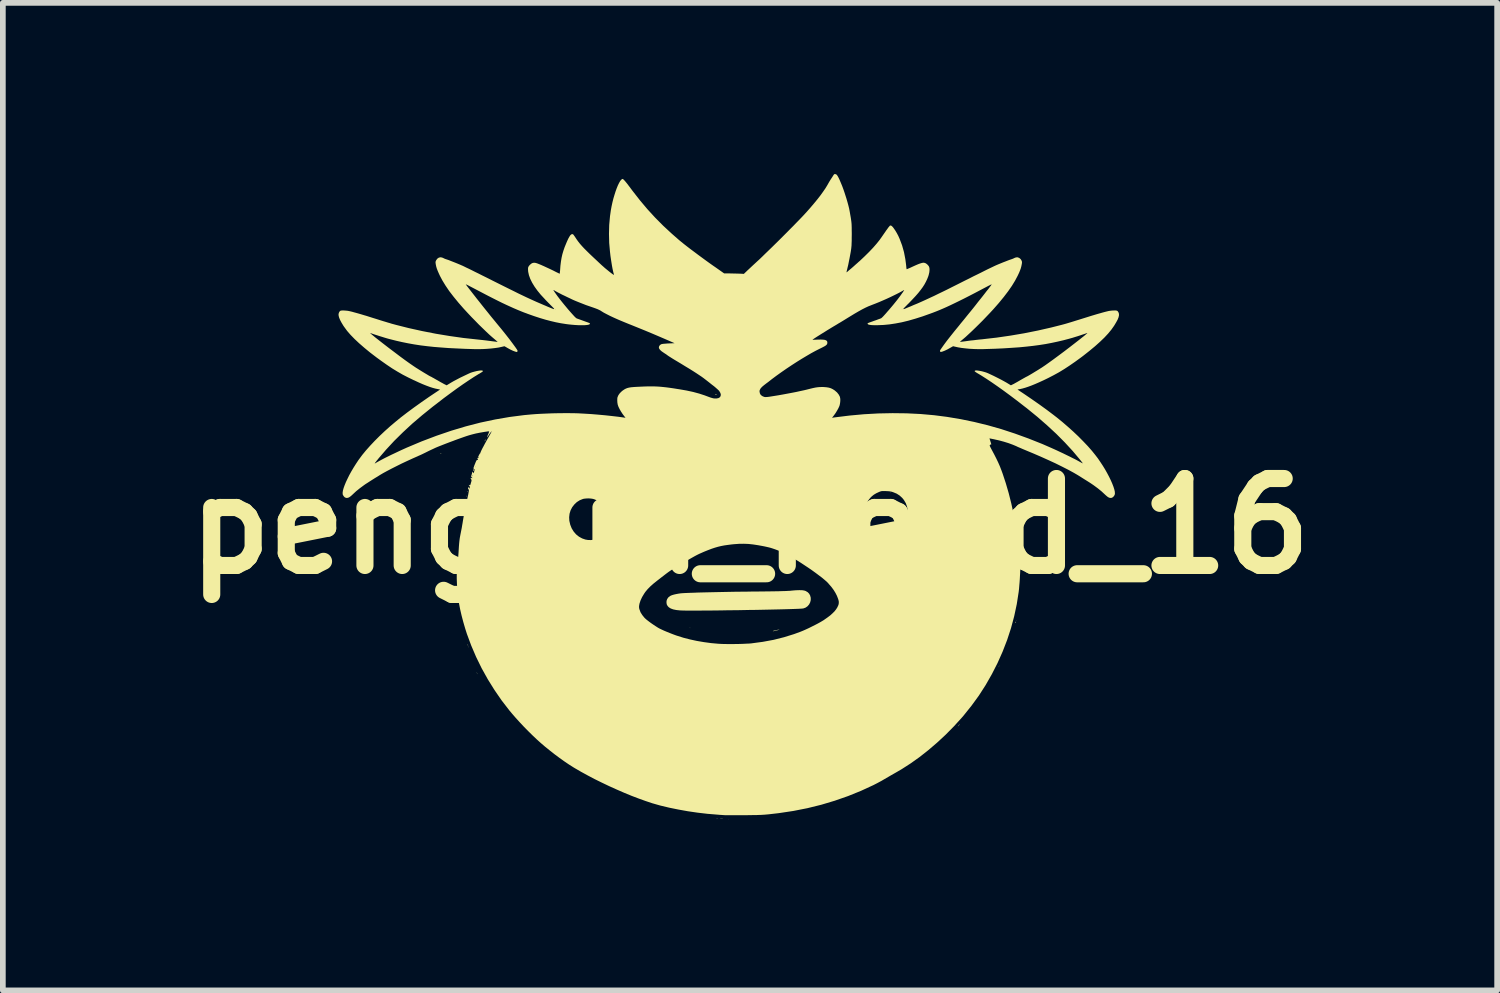
<source format=kicad_pcb>
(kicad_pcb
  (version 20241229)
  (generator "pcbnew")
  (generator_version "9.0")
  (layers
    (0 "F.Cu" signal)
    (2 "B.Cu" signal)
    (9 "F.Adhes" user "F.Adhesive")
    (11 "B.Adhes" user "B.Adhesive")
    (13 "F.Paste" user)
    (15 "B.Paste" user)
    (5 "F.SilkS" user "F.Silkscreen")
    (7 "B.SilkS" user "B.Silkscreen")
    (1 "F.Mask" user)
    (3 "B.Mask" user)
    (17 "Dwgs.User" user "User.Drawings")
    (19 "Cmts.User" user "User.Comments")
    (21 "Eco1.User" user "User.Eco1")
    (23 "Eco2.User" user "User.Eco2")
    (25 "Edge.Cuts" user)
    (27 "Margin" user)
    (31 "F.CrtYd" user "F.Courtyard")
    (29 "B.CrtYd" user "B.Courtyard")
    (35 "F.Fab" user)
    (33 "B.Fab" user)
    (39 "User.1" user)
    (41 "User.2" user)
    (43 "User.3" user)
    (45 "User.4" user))
  (footprint "penguin_head_16"
    (layer "F.Cu")
    (at 10.095 6.171)
    (property "Reference" "penguin_head_16" (at 0 0 0) (layer "F.SilkS") (effects (font (size 1.524 1.524) (thickness 0.3))))
    (attr board_only exclude_from_pos_files exclude_from_bom)
    (fp_poly (pts (xy -4.933 2.103) (xy -4.936 2.106) (xy -4.94 2.103) (xy -4.936 2.1)) (stroke (width 0) (type solid)) (fill yes) (layer "F.SilkS"))
    (fp_poly (pts (xy -4.792 2.559) (xy -4.795 2.562) (xy -4.798 2.559) (xy -4.795 2.556)) (stroke (width 0) (type solid)) (fill yes) (layer "F.SilkS"))
    (fp_poly (pts (xy -4.773 2.59) (xy -4.776 2.593) (xy -4.779 2.59) (xy -4.776 2.587)) (stroke (width 0) (type solid)) (fill yes) (layer "F.SilkS"))
    (fp_poly (pts (xy -4.65 -1.481) (xy -4.653 -1.478) (xy -4.656 -1.481) (xy -4.653 -1.484)) (stroke (width 0) (type solid)) (fill yes) (layer "F.SilkS"))
    (fp_poly (pts (xy -0.591 5.121) (xy -0.594 5.124) (xy -0.597 5.121) (xy -0.594 5.118)) (stroke (width 0) (type solid)) (fill yes) (layer "F.SilkS"))
    (fp_poly (pts (xy -0.376 5.134) (xy -0.379 5.137) (xy -0.382 5.134) (xy -0.379 5.131)) (stroke (width 0) (type solid)) (fill yes) (layer "F.SilkS"))
    (fp_poly (pts (xy 4.361 2.467) (xy 4.358 2.47) (xy 4.354 2.467) (xy 4.358 2.464)) (stroke (width 0) (type solid)) (fill yes) (layer "F.SilkS"))
    (fp_poly (pts (xy 4.367 2.454) (xy 4.364 2.457) (xy 4.361 2.454) (xy 4.364 2.451)) (stroke (width 0) (type solid)) (fill yes) (layer "F.SilkS"))
    (fp_poly (pts (xy 4.373 2.442) (xy 4.37 2.445) (xy 4.367 2.442) (xy 4.37 2.439)) (stroke (width 0) (type solid)) (fill yes) (layer "F.SilkS"))
    (fp_poly (pts (xy 4.662 1.666) (xy 4.659 1.669) (xy 4.656 1.666) (xy 4.659 1.663)) (stroke (width 0) (type solid)) (fill yes) (layer "F.SilkS"))
    (fp_poly (pts (xy 4.669 1.654) (xy 4.665 1.657) (xy 4.662 1.654) (xy 4.665 1.651)) (stroke (width 0) (type solid)) (fill yes) (layer "F.SilkS"))
    (fp_poly (pts (xy -4.929 2.115) (xy -4.929 2.122) (xy -4.929 2.123) (xy -4.933 2.122) (xy -4.933 2.119) (xy -4.931 2.114)) (stroke (width 0) (type solid)) (fill yes) (layer "F.SilkS"))
    (fp_poly (pts (xy -2.54 0.027) (xy -2.539 0.034) (xy -2.54 0.035) (xy -2.543 0.034) (xy -2.544 0.031) (xy -2.541 0.026)) (stroke (width 0) (type solid)) (fill yes) (layer "F.SilkS"))
    (fp_poly (pts (xy -1.049 1.782) (xy -1.05 1.786) (xy -1.053 1.786) (xy -1.058 1.784) (xy -1.057 1.782) (xy -1.05 1.781)) (stroke (width 0) (type solid)) (fill yes) (layer "F.SilkS"))
    (fp_poly (pts (xy -0.568 5.121) (xy -0.57 5.123) (xy -0.576 5.124) (xy -0.583 5.122) (xy -0.58 5.12) (xy -0.57 5.119)) (stroke (width 0) (type solid)) (fill yes) (layer "F.SilkS"))
    (fp_poly (pts (xy 2.468 -0.589) (xy 2.467 -0.586) (xy 2.464 -0.585) (xy 2.459 -0.587) (xy 2.46 -0.589) (xy 2.467 -0.59)) (stroke (width 0) (type solid)) (fill yes) (layer "F.SilkS"))
    (fp_poly (pts (xy -4.964 -0.531) (xy -4.962 -0.527) (xy -4.961 -0.518) (xy -4.965 -0.52) (xy -4.968 -0.524) (xy -4.969 -0.532) (xy -4.969 -0.533)) (stroke (width 0) (type solid)) (fill yes) (layer "F.SilkS"))
    (fp_poly (pts (xy -4.945 2.078) (xy -4.941 2.088) (xy -4.941 2.092) (xy -4.946 2.09) (xy -4.948 2.085) (xy -4.952 2.073) (xy -4.95 2.071)) (stroke (width 0) (type solid)) (fill yes) (layer "F.SilkS"))
    (fp_poly (pts (xy -4.787 2.571) (xy -4.78 2.577) (xy -4.781 2.581) (xy -4.782 2.581) (xy -4.787 2.576) (xy -4.789 2.574) (xy -4.79 2.569)) (stroke (width 0) (type solid)) (fill yes) (layer "F.SilkS"))
    (fp_poly (pts (xy -5.41 -1.278) (xy -5.414 -1.275) (xy -5.425 -1.27) (xy -5.429 -1.269) (xy -5.43 -1.271) (xy -5.426 -1.275) (xy -5.415 -1.28) (xy -5.411 -1.281)) (stroke (width 0) (type solid)) (fill yes) (layer "F.SilkS"))
    (fp_poly (pts (xy -4.946 -0.611) (xy -4.946 -0.61) (xy -4.95 -0.604) (xy -4.952 -0.604) (xy -4.956 -0.607) (xy -4.955 -0.61) (xy -4.949 -0.616) (xy -4.948 -0.616)) (stroke (width 0) (type solid)) (fill yes) (layer "F.SilkS"))
    (fp_poly (pts (xy -4.632 -1.518) (xy -4.635 -1.509) (xy -4.641 -1.5) (xy -4.648 -1.493) (xy -4.65 -1.494) (xy -4.647 -1.504) (xy -4.641 -1.512) (xy -4.634 -1.519)) (stroke (width 0) (type solid)) (fill yes) (layer "F.SilkS"))
    (fp_poly (pts (xy 4.662 1.68) (xy 4.662 1.684) (xy 4.659 1.693) (xy 4.656 1.694) (xy 4.65 1.689) (xy 4.65 1.688) (xy 4.655 1.68) (xy 4.656 1.678)) (stroke (width 0) (type solid)) (fill yes) (layer "F.SilkS"))
    (fp_poly (pts (xy -4.843 -0.991) (xy -4.836 -0.982) (xy -4.835 -0.979) (xy -4.84 -0.974) (xy -4.849 -0.974) (xy -4.855 -0.977) (xy -4.856 -0.985) (xy -4.855 -0.989) (xy -4.85 -0.995)) (stroke (width 0) (type solid)) (fill yes) (layer "F.SilkS"))
    (fp_poly (pts (xy -2.655 0.029) (xy -2.655 0.029) (xy -2.658 0.038) (xy -2.668 0.051) (xy -2.671 0.054) (xy -2.686 0.071) (xy -2.673 0.049) (xy -2.662 0.033) (xy -2.657 0.026) (xy -2.655 0.025)) (stroke (width 0) (type solid)) (fill yes) (layer "F.SilkS"))
    (fp_poly (pts (xy -0.588 -2.311) (xy -0.582 -2.309) (xy -0.584 -2.305) (xy -0.596 -2.304) (xy -0.597 -2.303) (xy -0.61 -2.304) (xy -0.616 -2.306) (xy -0.616 -2.306) (xy -0.611 -2.309) (xy -0.599 -2.311)) (stroke (width 0) (type solid)) (fill yes) (layer "F.SilkS"))
    (fp_poly (pts (xy -0.479 5.126) (xy -0.476 5.126) (xy -0.471 5.127) (xy -0.477 5.128) (xy -0.492 5.128) (xy -0.502 5.128) (xy -0.521 5.128) (xy -0.531 5.127) (xy -0.529 5.127) (xy -0.525 5.126) (xy -0.502 5.125)) (stroke (width 0) (type solid)) (fill yes) (layer "F.SilkS"))
    (fp_poly (pts (xy 3.673 3.475) (xy 3.672 3.477) (xy 3.663 3.49) (xy 3.651 3.501) (xy 3.643 3.509) (xy 3.642 3.509) (xy 3.648 3.5) (xy 3.652 3.495) (xy 3.666 3.479) (xy 3.674 3.47) (xy 3.675 3.47)) (stroke (width 0) (type solid)) (fill yes) (layer "F.SilkS"))
    (fp_poly (pts (xy -5.351 1.083) (xy -5.347 1.094) (xy -5.342 1.114) (xy -5.337 1.141) (xy -5.331 1.169) (xy -5.329 1.186) (xy -5.329 1.191) (xy -5.333 1.184) (xy -5.338 1.166) (xy -5.345 1.139) (xy -5.351 1.114) (xy -5.355 1.094) (xy -5.356 1.082) (xy -5.356 1.079) (xy -5.353 1.079)) (stroke (width 0) (type solid)) (fill yes) (layer "F.SilkS"))
    (fp_poly (pts (xy 0.515 1.813) (xy 0.511 1.815) (xy 0.497 1.82) (xy 0.476 1.826) (xy 0.465 1.828) (xy 0.436 1.836) (xy 0.417 1.84) (xy 0.406 1.841) (xy 0.401 1.84) (xy 0.4 1.839) (xy 0.406 1.836) (xy 0.42 1.832) (xy 0.44 1.827) (xy 0.463 1.822) (xy 0.485 1.817) (xy 0.503 1.814) (xy 0.513 1.812)) (stroke (width 0) (type solid)) (fill yes) (layer "F.SilkS"))
    (fp_poly (pts (xy 0.913 1.123) (xy 0.951 1.129) (xy 0.979 1.138) (xy 0.979 1.139) (xy 1.012 1.159) (xy 1.035 1.183) (xy 1.053 1.214) (xy 1.053 1.215) (xy 1.064 1.255) (xy 1.064 1.296) (xy 1.054 1.336) (xy 1.035 1.373) (xy 1.008 1.404) (xy 0.974 1.428) (xy 0.936 1.442) (xy 0.923 1.444) (xy 0.899 1.446) (xy 0.864 1.448) (xy 0.819 1.45) (xy 0.764 1.452) (xy 0.702 1.454) (xy 0.632 1.456) (xy 0.555 1.458) (xy 0.472 1.46) (xy 0.384 1.462) (xy 0.292 1.464) (xy 0.196 1.466) (xy 0.098 1.468) (xy -0.003 1.469) (xy -0.105 1.471) (xy -0.207 1.473) (xy -0.308 1.474) (xy -0.409 1.475) (xy -0.507 1.477) (xy -0.603 1.478) (xy -0.695 1.479) (xy -0.782 1.479) (xy -0.865 1.48) (xy -0.941 1.48) (xy -1.011 1.48) (xy -1.073 1.48) (xy -1.127 1.48) (xy -1.171 1.479) (xy -1.206 1.478) (xy -1.229 1.477) (xy -1.294 1.47) (xy -1.347 1.459) (xy -1.39 1.443) (xy -1.422 1.423) (xy -1.439 1.406) (xy -1.45 1.39) (xy -1.457 1.378) (xy -1.461 1.362) (xy -1.464 1.344) (xy -1.463 1.31) (xy -1.452 1.278) (xy -1.431 1.248) (xy -1.401 1.225) (xy -1.392 1.22) (xy -1.368 1.21) (xy -1.335 1.2) (xy -1.295 1.191) (xy -1.252 1.183) (xy -1.209 1.177) (xy -1.204 1.177) (xy -1.181 1.175) (xy -1.147 1.173) (xy -1.101 1.171) (xy -1.047 1.169) (xy -0.983 1.167) (xy -0.911 1.164) (xy -0.832 1.162) (xy -0.747 1.16) (xy -0.657 1.158) (xy -0.561 1.156) (xy -0.463 1.154) (xy -0.361 1.152) (xy -0.257 1.15) (xy -0.152 1.149) (xy -0.047 1.148) (xy 0.057 1.146) (xy 0.12 1.146) (xy 0.218 1.145) (xy 0.305 1.144) (xy 0.381 1.143) (xy 0.447 1.142) (xy 0.505 1.141) (xy 0.554 1.139) (xy 0.597 1.138) (xy 0.633 1.137) (xy 0.664 1.135) (xy 0.691 1.134) (xy 0.714 1.132) (xy 0.73 1.13) (xy 0.802 1.124) (xy 0.863 1.122)) (stroke (width 0) (type solid)) (fill yes) (layer "F.SilkS"))
    (fp_poly (pts (xy 1.509 -6.166) (xy 1.511 -6.164) (xy 1.523 -6.154) (xy 1.537 -6.133) (xy 1.554 -6.102) (xy 1.572 -6.063) (xy 1.592 -6.016) (xy 1.614 -5.963) (xy 1.636 -5.904) (xy 1.658 -5.84) (xy 1.679 -5.774) (xy 1.688 -5.746) (xy 1.707 -5.681) (xy 1.723 -5.622) (xy 1.737 -5.566) (xy 1.748 -5.508) (xy 1.759 -5.444) (xy 1.766 -5.405) (xy 1.771 -5.371) (xy 1.775 -5.342) (xy 1.778 -5.315) (xy 1.78 -5.289) (xy 1.781 -5.26) (xy 1.782 -5.226) (xy 1.782 -5.186) (xy 1.783 -5.137) (xy 1.783 -5.112) (xy 1.782 -5.05) (xy 1.782 -4.999) (xy 1.78 -4.956) (xy 1.779 -4.92) (xy 1.776 -4.888) (xy 1.773 -4.859) (xy 1.772 -4.853) (xy 1.765 -4.807) (xy 1.755 -4.753) (xy 1.744 -4.694) (xy 1.732 -4.635) (xy 1.721 -4.579) (xy 1.709 -4.53) (xy 1.704 -4.508) (xy 1.698 -4.483) (xy 1.693 -4.463) (xy 1.691 -4.451) (xy 1.69 -4.448) (xy 1.696 -4.451) (xy 1.709 -4.461) (xy 1.728 -4.478) (xy 1.753 -4.499) (xy 1.782 -4.523) (xy 1.814 -4.551) (xy 1.846 -4.58) (xy 1.879 -4.609) (xy 1.911 -4.638) (xy 1.919 -4.644) (xy 2.008 -4.728) (xy 2.088 -4.807) (xy 2.159 -4.882) (xy 2.22 -4.952) (xy 2.272 -5.017) (xy 2.293 -5.047) (xy 2.308 -5.068) (xy 2.328 -5.097) (xy 2.351 -5.13) (xy 2.374 -5.163) (xy 2.383 -5.177) (xy 2.404 -5.205) (xy 2.422 -5.231) (xy 2.438 -5.25) (xy 2.449 -5.263) (xy 2.453 -5.267) (xy 2.467 -5.269) (xy 2.483 -5.261) (xy 2.502 -5.242) (xy 2.518 -5.221) (xy 2.547 -5.179) (xy 2.573 -5.135) (xy 2.598 -5.088) (xy 2.622 -5.034) (xy 2.665 -4.92) (xy 2.698 -4.803) (xy 2.722 -4.679) (xy 2.735 -4.579) (xy 2.738 -4.55) (xy 2.74 -4.527) (xy 2.743 -4.51) (xy 2.744 -4.503) (xy 2.744 -4.503) (xy 2.751 -4.504) (xy 2.765 -4.51) (xy 2.786 -4.519) (xy 2.803 -4.526) (xy 2.861 -4.553) (xy 2.91 -4.575) (xy 2.95 -4.592) (xy 2.983 -4.604) (xy 3.01 -4.612) (xy 3.031 -4.616) (xy 3.049 -4.616) (xy 3.065 -4.612) (xy 3.08 -4.606) (xy 3.093 -4.597) (xy 3.112 -4.581) (xy 3.128 -4.562) (xy 3.134 -4.554) (xy 3.144 -4.526) (xy 3.146 -4.491) (xy 3.142 -4.448) (xy 3.131 -4.401) (xy 3.123 -4.376) (xy 3.104 -4.328) (xy 3.082 -4.282) (xy 3.057 -4.236) (xy 3.027 -4.189) (xy 2.991 -4.14) (xy 2.95 -4.088) (xy 2.901 -4.032) (xy 2.844 -3.971) (xy 2.779 -3.903) (xy 2.766 -3.891) (xy 2.734 -3.858) (xy 2.71 -3.834) (xy 2.694 -3.817) (xy 2.687 -3.807) (xy 2.69 -3.803) (xy 2.702 -3.806) (xy 2.724 -3.814) (xy 2.757 -3.828) (xy 2.8 -3.846) (xy 2.809 -3.849) (xy 2.868 -3.875) (xy 2.927 -3.899) (xy 2.984 -3.924) (xy 3.042 -3.95) (xy 3.101 -3.977) (xy 3.163 -4.006) (xy 3.228 -4.036) (xy 3.297 -4.07) (xy 3.372 -4.106) (xy 3.454 -4.146) (xy 3.543 -4.191) (xy 3.641 -4.24) (xy 3.748 -4.294) (xy 3.772 -4.306) (xy 3.845 -4.342) (xy 3.915 -4.378) (xy 3.983 -4.411) (xy 4.048 -4.443) (xy 4.107 -4.473) (xy 4.161 -4.5) (xy 4.209 -4.523) (xy 4.249 -4.542) (xy 4.28 -4.557) (xy 4.302 -4.567) (xy 4.308 -4.57) (xy 4.35 -4.588) (xy 4.394 -4.606) (xy 4.438 -4.624) (xy 4.48 -4.64) (xy 4.518 -4.655) (xy 4.55 -4.667) (xy 4.574 -4.675) (xy 4.583 -4.678) (xy 4.605 -4.686) (xy 4.627 -4.696) (xy 4.632 -4.699) (xy 4.662 -4.71) (xy 4.691 -4.711) (xy 4.719 -4.7) (xy 4.743 -4.68) (xy 4.756 -4.659) (xy 4.763 -4.644) (xy 4.766 -4.63) (xy 4.766 -4.615) (xy 4.763 -4.594) (xy 4.762 -4.589) (xy 4.755 -4.554) (xy 4.746 -4.52) (xy 4.733 -4.484) (xy 4.716 -4.442) (xy 4.693 -4.393) (xy 4.69 -4.387) (xy 4.645 -4.302) (xy 4.59 -4.212) (xy 4.524 -4.117) (xy 4.447 -4.016) (xy 4.36 -3.91) (xy 4.266 -3.803) (xy 4.206 -3.738) (xy 4.143 -3.672) (xy 4.079 -3.605) (xy 4.014 -3.54) (xy 3.95 -3.477) (xy 3.889 -3.418) (xy 3.831 -3.364) (xy 3.779 -3.316) (xy 3.732 -3.276) (xy 3.728 -3.273) (xy 3.708 -3.256) (xy 3.691 -3.241) (xy 3.681 -3.232) (xy 3.679 -3.229) (xy 3.686 -3.229) (xy 3.702 -3.231) (xy 3.727 -3.234) (xy 3.758 -3.238) (xy 3.788 -3.242) (xy 3.823 -3.247) (xy 3.867 -3.253) (xy 3.918 -3.258) (xy 3.973 -3.265) (xy 4.029 -3.271) (xy 4.083 -3.276) (xy 4.087 -3.277) (xy 4.323 -3.304) (xy 4.564 -3.339) (xy 4.805 -3.38) (xy 5.045 -3.428) (xy 5.278 -3.481) (xy 5.463 -3.528) (xy 5.493 -3.536) (xy 5.522 -3.544) (xy 5.553 -3.553) (xy 5.586 -3.563) (xy 5.623 -3.574) (xy 5.665 -3.587) (xy 5.713 -3.602) (xy 5.768 -3.619) (xy 5.832 -3.639) (xy 5.906 -3.662) (xy 5.944 -3.674) (xy 5.986 -3.687) (xy 6.036 -3.702) (xy 6.089 -3.718) (xy 6.14 -3.732) (xy 6.174 -3.742) (xy 6.219 -3.754) (xy 6.255 -3.763) (xy 6.284 -3.77) (xy 6.309 -3.774) (xy 6.333 -3.777) (xy 6.357 -3.779) (xy 6.364 -3.779) (xy 6.395 -3.78) (xy 6.417 -3.779) (xy 6.432 -3.775) (xy 6.443 -3.768) (xy 6.451 -3.756) (xy 6.459 -3.743) (xy 6.466 -3.72) (xy 6.466 -3.692) (xy 6.458 -3.658) (xy 6.442 -3.618) (xy 6.417 -3.572) (xy 6.384 -3.517) (xy 6.379 -3.509) (xy 6.333 -3.444) (xy 6.277 -3.376) (xy 6.211 -3.305) (xy 6.134 -3.231) (xy 6.047 -3.153) (xy 5.948 -3.071) (xy 5.839 -2.985) (xy 5.799 -2.955) (xy 5.696 -2.88) (xy 5.599 -2.813) (xy 5.506 -2.752) (xy 5.414 -2.696) (xy 5.321 -2.645) (xy 5.226 -2.596) (xy 5.148 -2.558) (xy 5.067 -2.521) (xy 4.996 -2.49) (xy 4.932 -2.464) (xy 4.875 -2.443) (xy 4.824 -2.426) (xy 4.775 -2.412) (xy 4.73 -2.402) (xy 4.726 -2.402) (xy 4.687 -2.394) (xy 4.803 -2.317) (xy 4.938 -2.225) (xy 5.071 -2.132) (xy 5.197 -2.041) (xy 5.315 -1.952) (xy 5.377 -1.904) (xy 5.473 -1.826) (xy 5.568 -1.744) (xy 5.663 -1.659) (xy 5.754 -1.573) (xy 5.84 -1.486) (xy 5.92 -1.402) (xy 5.992 -1.32) (xy 6.05 -1.248) (xy 6.096 -1.188) (xy 6.139 -1.125) (xy 6.182 -1.06) (xy 6.222 -0.995) (xy 6.259 -0.929) (xy 6.293 -0.865) (xy 6.323 -0.803) (xy 6.348 -0.746) (xy 6.369 -0.692) (xy 6.384 -0.645) (xy 6.393 -0.605) (xy 6.395 -0.573) (xy 6.394 -0.559) (xy 6.383 -0.534) (xy 6.366 -0.513) (xy 6.346 -0.499) (xy 6.337 -0.496) (xy 6.315 -0.494) (xy 6.292 -0.499) (xy 6.268 -0.513) (xy 6.24 -0.536) (xy 6.217 -0.557) (xy 6.161 -0.609) (xy 6.096 -0.662) (xy 6.02 -0.718) (xy 6.014 -0.722) (xy 5.988 -0.74) (xy 5.953 -0.763) (xy 5.912 -0.789) (xy 5.867 -0.817) (xy 5.821 -0.846) (xy 5.777 -0.874) (xy 5.736 -0.899) (xy 5.7 -0.92) (xy 5.676 -0.934) (xy 5.577 -0.988) (xy 5.469 -1.043) (xy 5.352 -1.101) (xy 5.228 -1.158) (xy 5.099 -1.216) (xy 4.967 -1.273) (xy 4.866 -1.315) (xy 4.823 -1.333) (xy 4.78 -1.351) (xy 4.739 -1.369) (xy 4.703 -1.384) (xy 4.674 -1.397) (xy 4.672 -1.399) (xy 4.605 -1.427) (xy 4.529 -1.455) (xy 4.448 -1.48) (xy 4.363 -1.503) (xy 4.308 -1.515) (xy 4.273 -1.523) (xy 4.243 -1.529) (xy 4.218 -1.534) (xy 4.202 -1.537) (xy 4.197 -1.538) (xy 4.198 -1.532) (xy 4.203 -1.517) (xy 4.21 -1.496) (xy 4.213 -1.485) (xy 4.221 -1.461) (xy 4.226 -1.443) (xy 4.228 -1.432) (xy 4.228 -1.43) (xy 4.225 -1.431) (xy 4.225 -1.431) (xy 4.221 -1.432) (xy 4.213 -1.429) (xy 4.203 -1.42) (xy 4.2 -1.413) (xy 4.203 -1.404) (xy 4.211 -1.386) (xy 4.223 -1.363) (xy 4.237 -1.336) (xy 4.24 -1.331) (xy 4.282 -1.252) (xy 4.318 -1.181) (xy 4.35 -1.114) (xy 4.379 -1.048) (xy 4.405 -0.981) (xy 4.428 -0.918) (xy 4.483 -0.751) (xy 4.534 -0.576) (xy 4.579 -0.397) (xy 4.618 -0.218) (xy 4.65 -0.041) (xy 4.674 0.131) (xy 4.681 0.188) (xy 4.686 0.235) (xy 4.692 0.288) (xy 4.699 0.342) (xy 4.705 0.391) (xy 4.709 0.419) (xy 4.718 0.49) (xy 4.725 0.551) (xy 4.731 0.605) (xy 4.734 0.652) (xy 4.736 0.696) (xy 4.736 0.732) (xy 4.736 0.77) (xy 4.734 0.817) (xy 4.731 0.87) (xy 4.728 0.928) (xy 4.724 0.986) (xy 4.719 1.042) (xy 4.715 1.094) (xy 4.71 1.138) (xy 4.708 1.155) (xy 4.675 1.367) (xy 4.63 1.578) (xy 4.574 1.787) (xy 4.506 1.995) (xy 4.427 2.199) (xy 4.338 2.399) (xy 4.238 2.595) (xy 4.129 2.786) (xy 4.01 2.971) (xy 3.881 3.148) (xy 3.744 3.319) (xy 3.713 3.355) (xy 3.573 3.509) (xy 3.428 3.656) (xy 3.278 3.795) (xy 3.125 3.926) (xy 2.97 4.048) (xy 2.814 4.159) (xy 2.657 4.26) (xy 2.571 4.31) (xy 2.517 4.341) (xy 2.471 4.367) (xy 2.43 4.391) (xy 2.392 4.413) (xy 2.354 4.435) (xy 2.325 4.452) (xy 2.301 4.466) (xy 2.269 4.483) (xy 2.232 4.503) (xy 2.193 4.523) (xy 2.162 4.539) (xy 1.943 4.64) (xy 1.718 4.731) (xy 1.486 4.812) (xy 1.249 4.883) (xy 1.006 4.943) (xy 0.758 4.992) (xy 0.505 5.03) (xy 0.323 5.051) (xy 0.289 5.054) (xy 0.256 5.057) (xy 0.223 5.059) (xy 0.189 5.061) (xy 0.151 5.062) (xy 0.108 5.064) (xy 0.059 5.064) (xy 0.002 5.065) (xy -0.065 5.066) (xy -0.117 5.066) (xy -0.178 5.066) (xy -0.237 5.066) (xy -0.291 5.066) (xy -0.34 5.066) (xy -0.381 5.066) (xy -0.415 5.066) (xy -0.439 5.066) (xy -0.452 5.065) (xy -0.453 5.065) (xy -0.47 5.064) (xy -0.496 5.062) (xy -0.529 5.06) (xy -0.564 5.057) (xy -0.576 5.056) (xy -0.746 5.042) (xy -0.917 5.022) (xy -1.089 4.997) (xy -1.256 4.967) (xy -1.418 4.934) (xy -1.572 4.897) (xy -1.611 4.886) (xy -1.716 4.856) (xy -1.829 4.818) (xy -1.949 4.775) (xy -2.075 4.727) (xy -2.204 4.674) (xy -2.335 4.617) (xy -2.466 4.558) (xy -2.596 4.496) (xy -2.724 4.433) (xy -2.847 4.368) (xy -2.964 4.304) (xy -3.074 4.24) (xy -3.102 4.223) (xy -3.176 4.176) (xy -3.257 4.121) (xy -3.341 4.061) (xy -3.427 3.997) (xy -3.512 3.93) (xy -3.595 3.863) (xy -3.666 3.802) (xy -3.734 3.741) (xy -3.807 3.672) (xy -3.883 3.597) (xy -3.96 3.519) (xy -4.035 3.439) (xy -4.106 3.361) (xy -4.171 3.286) (xy -4.218 3.23) (xy -4.353 3.055) (xy -4.479 2.872) (xy -4.596 2.684) (xy -4.704 2.49) (xy -4.801 2.292) (xy -4.887 2.091) (xy -4.962 1.889) (xy -4.992 1.795) (xy -5.026 1.678) (xy -5.056 1.564) (xy -5.081 1.455) (xy -5.087 1.424) (xy -1.945 1.424) (xy -1.942 1.445) (xy -1.937 1.462) (xy -1.919 1.51) (xy -1.889 1.558) (xy -1.851 1.605) (xy -1.839 1.617) (xy -1.814 1.639) (xy -1.781 1.665) (xy -1.742 1.694) (xy -1.699 1.724) (xy -1.655 1.753) (xy -1.613 1.78) (xy -1.613 1.78) (xy -1.586 1.795) (xy -1.55 1.812) (xy -1.507 1.832) (xy -1.457 1.853) (xy -1.405 1.874) (xy -1.351 1.895) (xy -1.297 1.915) (xy -1.269 1.924) (xy -1.164 1.957) (xy -1.051 1.986) (xy -0.931 2.012) (xy -0.807 2.033) (xy -0.682 2.05) (xy -0.56 2.061) (xy -0.528 2.063) (xy -0.485 2.065) (xy -0.433 2.066) (xy -0.375 2.067) (xy -0.312 2.067) (xy -0.247 2.066) (xy -0.183 2.065) (xy -0.121 2.063) (xy -0.065 2.06) (xy -0.016 2.058) (xy 0.024 2.055) (xy 0.028 2.054) (xy 0.222 2.028) (xy 0.412 1.993) (xy 0.595 1.947) (xy 0.772 1.892) (xy 0.884 1.851) (xy 0.928 1.833) (xy 0.978 1.811) (xy 1.032 1.786) (xy 1.086 1.759) (xy 1.14 1.732) (xy 1.19 1.706) (xy 1.235 1.681) (xy 1.272 1.659) (xy 1.29 1.648) (xy 1.353 1.604) (xy 1.405 1.565) (xy 1.447 1.527) (xy 1.482 1.492) (xy 1.51 1.456) (xy 1.532 1.42) (xy 1.534 1.415) (xy 1.55 1.38) (xy 1.556 1.348) (xy 1.555 1.315) (xy 1.545 1.278) (xy 1.543 1.273) (xy 1.523 1.221) (xy 1.497 1.17) (xy 1.465 1.118) (xy 1.425 1.064) (xy 1.375 1.007) (xy 1.369 0.999) (xy 1.342 0.972) (xy 1.306 0.941) (xy 1.262 0.904) (xy 1.21 0.865) (xy 1.153 0.822) (xy 1.092 0.778) (xy 1.027 0.733) (xy 0.959 0.688) (xy 0.891 0.643) (xy 0.824 0.601) (xy 0.758 0.56) (xy 0.694 0.524) (xy 0.68 0.515) (xy 0.598 0.472) (xy 0.518 0.436) (xy 0.438 0.406) (xy 0.4 0.393) (xy 0.366 0.382) (xy 0.332 0.373) (xy 0.297 0.365) (xy 0.257 0.356) (xy 0.211 0.347) (xy 0.155 0.337) (xy 0.145 0.335) (xy 0.054 0.321) (xy -0.03 0.312) (xy -0.11 0.309) (xy -0.191 0.31) (xy -0.275 0.316) (xy -0.317 0.32) (xy -0.388 0.329) (xy -0.451 0.338) (xy -0.508 0.349) (xy -0.562 0.362) (xy -0.617 0.378) (xy -0.674 0.397) (xy -0.737 0.421) (xy -0.804 0.448) (xy -0.847 0.467) (xy -0.888 0.485) (xy -0.929 0.505) (xy -0.972 0.528) (xy -1.02 0.555) (xy -1.076 0.587) (xy -1.078 0.588) (xy -1.157 0.634) (xy -1.226 0.675) (xy -1.286 0.711) (xy -1.339 0.744) (xy -1.384 0.773) (xy -1.424 0.8) (xy -1.458 0.825) (xy -1.487 0.847) (xy -1.519 0.872) (xy -1.557 0.901) (xy -1.594 0.93) (xy -1.628 0.956) (xy -1.629 0.957) (xy -1.694 1.009) (xy -1.749 1.058) (xy -1.795 1.105) (xy -1.834 1.152) (xy -1.854 1.181) (xy -1.892 1.244) (xy -1.919 1.302) (xy -1.937 1.357) (xy -1.941 1.378) (xy -1.945 1.404) (xy -1.945 1.424) (xy -5.087 1.424) (xy -5.101 1.352) (xy -5.114 1.26) (xy -5.127 1.137) (xy -5.136 1.025) (xy -5.14 0.921) (xy -5.14 0.825) (xy -5.135 0.733) (xy -5.126 0.65) (xy -5.121 0.609) (xy -5.116 0.559) (xy -5.112 0.507) (xy -5.108 0.455) (xy -5.106 0.416) (xy -5.102 0.355) (xy -5.098 0.303) (xy -5.093 0.255) (xy -5.087 0.209) (xy -5.078 0.16) (xy -5.067 0.105) (xy -5.066 0.099) (xy -5.06 0.069) (xy -5.052 0.029) (xy -5.045 -0.015) (xy -5.037 -0.06) (xy -5.032 -0.093) (xy -5.024 -0.139) (xy -5.021 -0.156) (xy -3.17 -0.156) (xy -3.167 -0.095) (xy -3.151 -0.025) (xy -3.126 0.038) (xy -3.091 0.095) (xy -3.049 0.144) (xy -2.998 0.185) (xy -2.941 0.216) (xy -2.886 0.235) (xy -2.839 0.243) (xy -2.788 0.244) (xy -2.738 0.238) (xy -2.701 0.228) (xy -2.648 0.204) (xy -2.601 0.17) (xy -2.56 0.126) (xy -2.524 0.072) (xy -2.494 0.006) (xy -2.49 -0.003) (xy -2.478 -0.047) (xy -2.472 -0.095) (xy -2.472 -0.144) (xy -2.478 -0.185) (xy -2.499 -0.246) (xy -2.504 -0.256) (xy 2.003 -0.256) (xy 2.006 -0.19) (xy 2.021 -0.123) (xy 2.045 -0.062) (xy 2.076 -0.011) (xy 2.117 0.036) (xy 2.165 0.076) (xy 2.217 0.108) (xy 2.273 0.129) (xy 2.283 0.132) (xy 2.316 0.137) (xy 2.357 0.14) (xy 2.399 0.141) (xy 2.437 0.138) (xy 2.459 0.135) (xy 2.479 0.129) (xy 2.505 0.12) (xy 2.534 0.107) (xy 2.549 0.101) (xy 2.581 0.084) (xy 2.606 0.068) (xy 2.631 0.048) (xy 2.654 0.026) (xy 2.692 -0.017) (xy 2.721 -0.06) (xy 2.742 -0.107) (xy 2.753 -0.145) (xy 2.764 -0.211) (xy 2.763 -0.277) (xy 2.752 -0.341) (xy 2.73 -0.402) (xy 2.697 -0.458) (xy 2.668 -0.494) (xy 2.622 -0.536) (xy 2.571 -0.569) (xy 2.513 -0.593) (xy 2.487 -0.602) (xy 2.463 -0.607) (xy 2.438 -0.611) (xy 2.406 -0.613) (xy 2.384 -0.614) (xy 2.351 -0.615) (xy 2.328 -0.615) (xy 2.31 -0.614) (xy 2.295 -0.611) (xy 2.279 -0.606) (xy 2.262 -0.599) (xy 2.212 -0.576) (xy 2.17 -0.551) (xy 2.134 -0.522) (xy 2.107 -0.495) (xy 2.064 -0.44) (xy 2.032 -0.382) (xy 2.012 -0.32) (xy 2.003 -0.256) (xy -2.504 -0.256) (xy -2.53 -0.304) (xy -2.568 -0.357) (xy -2.613 -0.402) (xy -2.663 -0.439) (xy -2.717 -0.466) (xy -2.75 -0.477) (xy -2.785 -0.483) (xy -2.826 -0.486) (xy -2.867 -0.485) (xy -2.905 -0.481) (xy -2.926 -0.477) (xy -2.984 -0.454) (xy -3.036 -0.421) (xy -3.08 -0.379) (xy -3.117 -0.331) (xy -3.145 -0.277) (xy -3.163 -0.218) (xy -3.17 -0.156) (xy -5.021 -0.156) (xy -5.015 -0.189) (xy -5.006 -0.238) (xy -4.997 -0.283) (xy -4.992 -0.308) (xy -4.983 -0.348) (xy -4.973 -0.395) (xy -4.962 -0.445) (xy -4.952 -0.493) (xy -4.947 -0.518) (xy -4.938 -0.558) (xy -4.933 -0.588) (xy -4.929 -0.609) (xy -4.927 -0.624) (xy -4.928 -0.633) (xy -4.929 -0.639) (xy -4.933 -0.643) (xy -4.934 -0.645) (xy -4.942 -0.66) (xy -4.942 -0.67) (xy -4.936 -0.681) (xy -4.929 -0.68) (xy -4.922 -0.669) (xy -4.921 -0.665) (xy -4.918 -0.656) (xy -4.916 -0.657) (xy -4.913 -0.669) (xy -4.913 -0.67) (xy -4.911 -0.689) (xy -4.915 -0.703) (xy -4.922 -0.708) (xy -4.927 -0.713) (xy -4.927 -0.718) (xy -4.926 -0.725) (xy -4.919 -0.721) (xy -4.918 -0.72) (xy -4.912 -0.716) (xy -4.907 -0.716) (xy -4.902 -0.723) (xy -4.897 -0.738) (xy -4.89 -0.763) (xy -4.89 -0.763) (xy -4.883 -0.787) (xy -4.881 -0.801) (xy -4.881 -0.81) (xy -4.885 -0.817) (xy -4.887 -0.819) (xy -4.895 -0.831) (xy -4.896 -0.84) (xy -4.895 -0.847) (xy -4.887 -0.845) (xy -4.884 -0.844) (xy -4.871 -0.839) (xy -4.867 -0.843) (xy -4.872 -0.852) (xy -4.877 -0.855) (xy -4.886 -0.864) (xy -4.887 -0.875) (xy -4.885 -0.884) (xy -4.87 -0.884) (xy -4.869 -0.881) (xy -4.863 -0.875) (xy -4.862 -0.879) (xy -4.864 -0.884) (xy -4.868 -0.891) (xy -4.87 -0.891) (xy -4.87 -0.884) (xy -4.885 -0.884) (xy -4.885 -0.884) (xy -4.879 -0.902) (xy -4.873 -0.924) (xy -4.872 -0.929) (xy -4.865 -0.957) (xy -4.854 -0.941) (xy -4.844 -0.925) (xy -4.834 -0.961) (xy -4.829 -0.981) (xy -4.828 -0.993) (xy -4.83 -0.998) (xy -4.835 -1.001) (xy -4.836 -1.001) (xy -4.845 -1.007) (xy -4.847 -1.012) (xy -4.845 -1.025) (xy -4.84 -1.039) (xy -4.82 -1.039) (xy -4.82 -1.035) (xy -4.816 -1.035) (xy -4.811 -1.037) (xy -4.812 -1.039) (xy -4.82 -1.04) (xy -4.82 -1.039) (xy -4.84 -1.039) (xy -4.838 -1.047) (xy -4.827 -1.075) (xy -4.814 -1.107) (xy -4.809 -1.12) (xy -4.799 -1.142) (xy -4.791 -1.155) (xy -4.785 -1.161) (xy -4.779 -1.161) (xy -4.769 -1.161) (xy -4.767 -1.166) (xy -4.771 -1.176) (xy -4.774 -1.178) (xy -4.779 -1.185) (xy -4.777 -1.191) (xy -4.77 -1.199) (xy -4.764 -1.199) (xy -4.756 -1.2) (xy -4.755 -1.205) (xy -4.758 -1.211) (xy -4.762 -1.21) (xy -4.767 -1.209) (xy -4.766 -1.211) (xy -4.762 -1.219) (xy -4.755 -1.235) (xy -4.75 -1.246) (xy -4.741 -1.262) (xy -4.734 -1.273) (xy -4.73 -1.275) (xy -4.726 -1.279) (xy -4.727 -1.281) (xy -4.725 -1.288) (xy -4.718 -1.305) (xy -4.707 -1.33) (xy -4.691 -1.362) (xy -4.671 -1.399) (xy -4.649 -1.441) (xy -4.625 -1.485) (xy -4.599 -1.531) (xy -4.584 -1.557) (xy -4.566 -1.589) (xy -4.55 -1.617) (xy -4.538 -1.64) (xy -4.531 -1.656) (xy -4.528 -1.663) (xy -4.528 -1.663) (xy -4.532 -1.661) (xy -4.541 -1.65) (xy -4.555 -1.632) (xy -4.57 -1.611) (xy -4.585 -1.588) (xy -4.598 -1.569) (xy -4.607 -1.558) (xy -4.611 -1.554) (xy -4.609 -1.56) (xy -4.604 -1.575) (xy -4.596 -1.595) (xy -4.591 -1.607) (xy -4.581 -1.63) (xy -4.575 -1.648) (xy -4.572 -1.659) (xy -4.572 -1.661) (xy -4.579 -1.661) (xy -4.597 -1.66) (xy -4.622 -1.656) (xy -4.652 -1.652) (xy -4.687 -1.646) (xy -4.723 -1.64) (xy -4.759 -1.633) (xy -4.792 -1.626) (xy -4.795 -1.626) (xy -4.828 -1.618) (xy -4.86 -1.61) (xy -4.893 -1.601) (xy -4.928 -1.591) (xy -4.966 -1.579) (xy -5.01 -1.564) (xy -5.061 -1.546) (xy -5.12 -1.525) (xy -5.188 -1.5) (xy -5.192 -1.498) (xy -5.265 -1.471) (xy -5.328 -1.447) (xy -5.382 -1.426) (xy -5.43 -1.407) (xy -5.473 -1.39) (xy -5.513 -1.373) (xy -5.551 -1.355) (xy -5.59 -1.337) (xy -5.63 -1.318) (xy -5.654 -1.306) (xy -5.692 -1.287) (xy -5.733 -1.267) (xy -5.773 -1.248) (xy -5.808 -1.233) (xy -5.82 -1.227) (xy -5.915 -1.185) (xy -6.011 -1.141) (xy -6.107 -1.096) (xy -6.199 -1.05) (xy -6.286 -1.006) (xy -6.366 -0.964) (xy -6.421 -0.934) (xy -6.449 -0.918) (xy -6.486 -0.896) (xy -6.527 -0.87) (xy -6.572 -0.843) (xy -6.618 -0.814) (xy -6.662 -0.786) (xy -6.702 -0.76) (xy -6.737 -0.738) (xy -6.76 -0.722) (xy -6.836 -0.666) (xy -6.902 -0.613) (xy -6.958 -0.561) (xy -6.962 -0.557) (xy -6.994 -0.528) (xy -7.021 -0.508) (xy -7.044 -0.497) (xy -7.067 -0.494) (xy -7.083 -0.496) (xy -7.104 -0.506) (xy -7.122 -0.525) (xy -7.136 -0.549) (xy -7.139 -0.559) (xy -7.14 -0.587) (xy -7.135 -0.623) (xy -7.123 -0.667) (xy -7.105 -0.717) (xy -7.082 -0.773) (xy -7.054 -0.832) (xy -7.023 -0.895) (xy -6.987 -0.96) (xy -6.948 -1.026) (xy -6.907 -1.091) (xy -6.864 -1.156) (xy -6.819 -1.217) (xy -6.796 -1.248) (xy -6.732 -1.326) (xy -6.659 -1.408) (xy -6.579 -1.493) (xy -6.492 -1.58) (xy -6.401 -1.666) (xy -6.306 -1.751) (xy -6.21 -1.832) (xy -6.122 -1.904) (xy -6.009 -1.991) (xy -5.887 -2.081) (xy -5.758 -2.173) (xy -5.624 -2.266) (xy -5.548 -2.317) (xy -5.432 -2.394) (xy -5.471 -2.402) (xy -5.516 -2.411) (xy -5.564 -2.424) (xy -5.616 -2.441) (xy -5.672 -2.462) (xy -5.735 -2.487) (xy -5.806 -2.518) (xy -5.885 -2.555) (xy -5.893 -2.558) (xy -5.992 -2.606) (xy -6.087 -2.655) (xy -6.179 -2.708) (xy -6.271 -2.764) (xy -6.365 -2.827) (xy -6.463 -2.896) (xy -6.544 -2.955) (xy -6.658 -3.042) (xy -6.76 -3.126) (xy -6.851 -3.205) (xy -6.931 -3.28) (xy -7.001 -3.352) (xy -7.029 -3.384) (xy -6.657 -3.384) (xy -6.65 -3.376) (xy -6.633 -3.361) (xy -6.606 -3.339) (xy -6.57 -3.309) (xy -6.524 -3.273) (xy -6.468 -3.229) (xy -6.449 -3.214) (xy -6.335 -3.126) (xy -6.23 -3.047) (xy -6.135 -2.975) (xy -6.048 -2.911) (xy -5.971 -2.856) (xy -5.903 -2.809) (xy -5.854 -2.776) (xy -5.828 -2.76) (xy -5.798 -2.741) (xy -5.764 -2.72) (xy -5.73 -2.699) (xy -5.695 -2.678) (xy -5.663 -2.659) (xy -5.635 -2.642) (xy -5.612 -2.629) (xy -5.596 -2.621) (xy -5.589 -2.618) (xy -5.583 -2.615) (xy -5.568 -2.606) (xy -5.545 -2.594) (xy -5.518 -2.578) (xy -5.486 -2.56) (xy -5.485 -2.56) (xy -5.451 -2.54) (xy -5.418 -2.521) (xy -5.388 -2.505) (xy -5.365 -2.492) (xy -5.351 -2.485) (xy -5.317 -2.468) (xy -5.238 -2.516) (xy -5.193 -2.542) (xy -5.14 -2.57) (xy -5.079 -2.602) (xy -5.008 -2.636) (xy -4.93 -2.673) (xy -4.899 -2.687) (xy -4.863 -2.699) (xy -4.826 -2.709) (xy -4.789 -2.718) (xy -4.755 -2.724) (xy -4.725 -2.728) (xy -4.702 -2.728) (xy -4.687 -2.725) (xy -4.684 -2.722) (xy -4.682 -2.718) (xy -4.683 -2.713) (xy -4.689 -2.707) (xy -4.702 -2.698) (xy -4.721 -2.686) (xy -4.75 -2.668) (xy -4.752 -2.668) (xy -4.841 -2.613) (xy -4.934 -2.552) (xy -5.033 -2.485) (xy -5.137 -2.412) (xy -5.248 -2.331) (xy -5.367 -2.243) (xy -5.492 -2.146) (xy -5.559 -2.095) (xy -5.746 -1.944) (xy -5.922 -1.794) (xy -6.085 -1.643) (xy -6.237 -1.493) (xy -6.378 -1.341) (xy -6.508 -1.19) (xy -6.527 -1.166) (xy -6.546 -1.143) (xy -6.562 -1.122) (xy -6.573 -1.107) (xy -6.578 -1.1) (xy -6.578 -1.099) (xy -6.574 -1.099) (xy -6.564 -1.104) (xy -6.553 -1.111) (xy -6.533 -1.122) (xy -6.509 -1.136) (xy -6.485 -1.149) (xy -6.448 -1.169) (xy -6.402 -1.193) (xy -6.349 -1.219) (xy -6.291 -1.248) (xy -6.229 -1.277) (xy -6.166 -1.307) (xy -6.104 -1.336) (xy -6.044 -1.363) (xy -6.02 -1.374) (xy -5.756 -1.485) (xy -5.495 -1.584) (xy -5.237 -1.672) (xy -4.98 -1.749) (xy -4.724 -1.815) (xy -4.469 -1.869) (xy -4.214 -1.913) (xy -3.958 -1.946) (xy -3.828 -1.958) (xy -3.749 -1.964) (xy -3.66 -1.969) (xy -3.565 -1.973) (xy -3.465 -1.977) (xy -3.364 -1.979) (xy -3.264 -1.98) (xy -3.168 -1.98) (xy -3.079 -1.979) (xy -3.009 -1.977) (xy -2.901 -1.971) (xy -2.784 -1.964) (xy -2.664 -1.954) (xy -2.542 -1.943) (xy -2.423 -1.93) (xy -2.31 -1.917) (xy -2.238 -1.907) (xy -2.182 -1.899) (xy -2.21 -1.934) (xy -2.235 -1.968) (xy -2.261 -2.008) (xy -2.285 -2.049) (xy -2.304 -2.088) (xy -2.309 -2.1) (xy -2.319 -2.13) (xy -2.325 -2.167) (xy -2.327 -2.204) (xy -2.326 -2.239) (xy -2.323 -2.258) (xy -2.307 -2.295) (xy -2.281 -2.331) (xy -2.245 -2.366) (xy -2.233 -2.375) (xy -2.206 -2.394) (xy -2.179 -2.409) (xy -2.151 -2.42) (xy -2.12 -2.428) (xy -2.082 -2.434) (xy -2.035 -2.438) (xy -2.005 -2.44) (xy -1.925 -2.444) (xy -1.855 -2.447) (xy -1.793 -2.449) (xy -1.736 -2.449) (xy -1.684 -2.449) (xy -1.633 -2.447) (xy -1.583 -2.444) (xy -1.53 -2.439) (xy -1.474 -2.433) (xy -1.412 -2.425) (xy -1.342 -2.415) (xy -1.262 -2.402) (xy -1.241 -2.399) (xy -1.114 -2.377) (xy -0.998 -2.352) (xy -0.891 -2.323) (xy -0.796 -2.292) (xy -0.78 -2.286) (xy -0.732 -2.268) (xy -0.694 -2.254) (xy -0.663 -2.245) (xy -0.638 -2.239) (xy -0.616 -2.237) (xy -0.595 -2.237) (xy -0.587 -2.237) (xy -0.554 -2.244) (xy -0.53 -2.258) (xy -0.516 -2.279) (xy -0.512 -2.304) (xy -0.519 -2.333) (xy -0.537 -2.364) (xy -0.537 -2.364) (xy 0.166 -2.364) (xy 0.172 -2.329) (xy 0.187 -2.301) (xy 0.213 -2.28) (xy 0.245 -2.266) (xy 0.258 -2.263) (xy 0.273 -2.262) (xy 0.292 -2.263) (xy 0.317 -2.265) (xy 0.346 -2.269) (xy 0.415 -2.28) (xy 0.49 -2.292) (xy 0.569 -2.306) (xy 0.65 -2.321) (xy 0.73 -2.336) (xy 0.807 -2.351) (xy 0.88 -2.367) (xy 0.945 -2.381) (xy 1 -2.394) (xy 1.007 -2.396) (xy 1.063 -2.41) (xy 1.109 -2.421) (xy 1.148 -2.429) (xy 1.183 -2.434) (xy 1.215 -2.437) (xy 1.247 -2.438) (xy 1.28 -2.438) (xy 1.287 -2.438) (xy 1.339 -2.434) (xy 1.382 -2.427) (xy 1.418 -2.416) (xy 1.452 -2.399) (xy 1.486 -2.377) (xy 1.488 -2.375) (xy 1.526 -2.342) (xy 1.555 -2.305) (xy 1.574 -2.269) (xy 1.577 -2.258) (xy 1.582 -2.229) (xy 1.582 -2.193) (xy 1.578 -2.156) (xy 1.571 -2.12) (xy 1.564 -2.1) (xy 1.547 -2.063) (xy 1.524 -2.022) (xy 1.499 -1.981) (xy 1.473 -1.945) (xy 1.465 -1.934) (xy 1.437 -1.899) (xy 1.493 -1.907) (xy 1.744 -1.938) (xy 1.996 -1.961) (xy 2.248 -1.975) (xy 2.498 -1.98) (xy 2.746 -1.977) (xy 2.989 -1.965) (xy 3.226 -1.944) (xy 3.452 -1.915) (xy 3.692 -1.875) (xy 3.929 -1.826) (xy 4.166 -1.768) (xy 4.402 -1.701) (xy 4.64 -1.623) (xy 4.88 -1.536) (xy 5.124 -1.439) (xy 5.275 -1.373) (xy 5.322 -1.352) (xy 5.375 -1.328) (xy 5.43 -1.302) (xy 5.488 -1.275) (xy 5.545 -1.247) (xy 5.601 -1.22) (xy 5.652 -1.194) (xy 5.699 -1.171) (xy 5.738 -1.15) (xy 5.769 -1.133) (xy 5.777 -1.128) (xy 5.8 -1.116) (xy 5.818 -1.106) (xy 5.829 -1.101) (xy 5.832 -1.1) (xy 5.829 -1.105) (xy 5.82 -1.118) (xy 5.805 -1.137) (xy 5.787 -1.16) (xy 5.783 -1.165) (xy 5.655 -1.317) (xy 5.517 -1.467) (xy 5.368 -1.617) (xy 5.207 -1.766) (xy 5.035 -1.916) (xy 4.851 -2.066) (xy 4.813 -2.095) (xy 4.683 -2.196) (xy 4.561 -2.288) (xy 4.447 -2.372) (xy 4.339 -2.449) (xy 4.238 -2.519) (xy 4.142 -2.583) (xy 4.051 -2.641) (xy 4.006 -2.668) (xy 3.977 -2.685) (xy 3.957 -2.698) (xy 3.945 -2.707) (xy 3.938 -2.713) (xy 3.937 -2.717) (xy 3.938 -2.722) (xy 3.939 -2.722) (xy 3.948 -2.727) (xy 3.968 -2.729) (xy 3.995 -2.726) (xy 4.027 -2.721) (xy 4.063 -2.714) (xy 4.1 -2.704) (xy 4.137 -2.693) (xy 4.17 -2.68) (xy 4.185 -2.673) (xy 4.266 -2.635) (xy 4.336 -2.6) (xy 4.397 -2.569) (xy 4.45 -2.54) (xy 4.493 -2.516) (xy 4.572 -2.468) (xy 4.606 -2.485) (xy 4.623 -2.493) (xy 4.647 -2.507) (xy 4.678 -2.524) (xy 4.711 -2.543) (xy 4.74 -2.56) (xy 4.772 -2.578) (xy 4.8 -2.594) (xy 4.822 -2.606) (xy 4.837 -2.615) (xy 4.844 -2.618) (xy 4.844 -2.618) (xy 4.851 -2.621) (xy 4.866 -2.629) (xy 4.889 -2.642) (xy 4.918 -2.659) (xy 4.95 -2.678) (xy 4.984 -2.699) (xy 5.019 -2.72) (xy 5.053 -2.741) (xy 5.083 -2.76) (xy 5.109 -2.776) (xy 5.17 -2.817) (xy 5.239 -2.866) (xy 5.318 -2.923) (xy 5.406 -2.988) (xy 5.504 -3.061) (xy 5.61 -3.142) (xy 5.703 -3.214) (xy 5.762 -3.26) (xy 5.811 -3.299) (xy 5.851 -3.33) (xy 5.88 -3.355) (xy 5.901 -3.372) (xy 5.911 -3.383) (xy 5.912 -3.385) (xy 5.91 -3.385) (xy 5.89 -3.378) (xy 5.861 -3.368) (xy 5.824 -3.356) (xy 5.783 -3.342) (xy 5.74 -3.328) (xy 5.697 -3.315) (xy 5.656 -3.302) (xy 5.62 -3.292) (xy 5.592 -3.284) (xy 5.49 -3.257) (xy 5.387 -3.233) (xy 5.284 -3.211) (xy 5.179 -3.191) (xy 5.07 -3.174) (xy 4.958 -3.159) (xy 4.841 -3.146) (xy 4.717 -3.134) (xy 4.585 -3.125) (xy 4.446 -3.116) (xy 4.296 -3.109) (xy 4.136 -3.104) (xy 4.074 -3.102) (xy 4.002 -3.102) (xy 3.927 -3.104) (xy 3.851 -3.108) (xy 3.778 -3.115) (xy 3.709 -3.123) (xy 3.648 -3.133) (xy 3.607 -3.142) (xy 3.559 -3.153) (xy 3.518 -3.13) (xy 3.461 -3.098) (xy 3.413 -3.075) (xy 3.374 -3.06) (xy 3.371 -3.059) (xy 3.352 -3.054) (xy 3.341 -3.053) (xy 3.336 -3.055) (xy 3.332 -3.062) (xy 3.329 -3.07) (xy 3.331 -3.08) (xy 3.339 -3.094) (xy 3.352 -3.113) (xy 3.397 -3.177) (xy 3.451 -3.25) (xy 3.514 -3.33) (xy 3.584 -3.418) (xy 3.662 -3.513) (xy 3.692 -3.551) (xy 3.721 -3.586) (xy 3.754 -3.626) (xy 3.79 -3.671) (xy 3.829 -3.719) (xy 3.87 -3.769) (xy 3.912 -3.821) (xy 3.954 -3.874) (xy 3.995 -3.927) (xy 4.036 -3.978) (xy 4.075 -4.027) (xy 4.111 -4.073) (xy 4.144 -4.116) (xy 4.174 -4.153) (xy 4.198 -4.185) (xy 4.217 -4.21) (xy 4.23 -4.228) (xy 4.236 -4.237) (xy 4.236 -4.237) (xy 4.232 -4.236) (xy 4.218 -4.231) (xy 4.198 -4.221) (xy 4.172 -4.208) (xy 4.159 -4.201) (xy 4.041 -4.139) (xy 3.933 -4.082) (xy 3.834 -4.031) (xy 3.742 -3.984) (xy 3.659 -3.943) (xy 3.581 -3.905) (xy 3.51 -3.871) (xy 3.443 -3.84) (xy 3.38 -3.812) (xy 3.319 -3.786) (xy 3.262 -3.763) (xy 3.205 -3.741) (xy 3.164 -3.726) (xy 3.027 -3.677) (xy 2.898 -3.636) (xy 2.776 -3.601) (xy 2.661 -3.573) (xy 2.551 -3.552) (xy 2.445 -3.536) (xy 2.342 -3.526) (xy 2.241 -3.522) (xy 2.223 -3.521) (xy 2.167 -3.522) (xy 2.123 -3.524) (xy 2.091 -3.529) (xy 2.071 -3.535) (xy 2.063 -3.542) (xy 2.06 -3.553) (xy 2.063 -3.557) (xy 2.071 -3.56) (xy 2.088 -3.567) (xy 2.113 -3.576) (xy 2.144 -3.587) (xy 2.179 -3.6) (xy 2.18 -3.6) (xy 2.215 -3.612) (xy 2.246 -3.624) (xy 2.272 -3.633) (xy 2.29 -3.64) (xy 2.299 -3.644) (xy 2.299 -3.644) (xy 2.31 -3.653) (xy 2.329 -3.671) (xy 2.352 -3.696) (xy 2.38 -3.727) (xy 2.411 -3.763) (xy 2.436 -3.791) (xy 2.661 -3.791) (xy 2.664 -3.788) (xy 2.667 -3.791) (xy 2.664 -3.794) (xy 2.661 -3.791) (xy 2.436 -3.791) (xy 2.445 -3.802) (xy 2.48 -3.843) (xy 2.515 -3.885) (xy 2.549 -3.927) (xy 2.581 -3.967) (xy 2.61 -4.005) (xy 2.634 -4.037) (xy 2.658 -4.071) (xy 2.678 -4.099) (xy 2.692 -4.121) (xy 2.7 -4.134) (xy 2.701 -4.139) (xy 2.695 -4.136) (xy 2.681 -4.128) (xy 2.666 -4.119) (xy 2.626 -4.097) (xy 2.576 -4.071) (xy 2.519 -4.043) (xy 2.457 -4.013) (xy 2.392 -3.983) (xy 2.326 -3.954) (xy 2.261 -3.926) (xy 2.199 -3.901) (xy 2.142 -3.879) (xy 2.122 -3.871) (xy 2.076 -3.853) (xy 2.024 -3.829) (xy 1.967 -3.8) (xy 1.902 -3.764) (xy 1.83 -3.722) (xy 1.761 -3.68) (xy 1.72 -3.655) (xy 1.673 -3.626) (xy 1.624 -3.596) (xy 1.578 -3.568) (xy 1.555 -3.555) (xy 1.508 -3.526) (xy 1.457 -3.496) (xy 1.406 -3.465) (xy 1.355 -3.434) (xy 1.306 -3.403) (xy 1.259 -3.374) (xy 1.216 -3.347) (xy 1.178 -3.323) (xy 1.147 -3.303) (xy 1.124 -3.288) (xy 1.11 -3.278) (xy 1.109 -3.277) (xy 1.093 -3.265) (xy 1.189 -3.269) (xy 1.241 -3.27) (xy 1.281 -3.268) (xy 1.312 -3.264) (xy 1.333 -3.256) (xy 1.347 -3.245) (xy 1.354 -3.23) (xy 1.355 -3.217) (xy 1.354 -3.203) (xy 1.35 -3.19) (xy 1.342 -3.179) (xy 1.329 -3.167) (xy 1.309 -3.154) (xy 1.281 -3.139) (xy 1.244 -3.12) (xy 1.221 -3.109) (xy 1.152 -3.074) (xy 1.076 -3.033) (xy 0.994 -2.985) (xy 0.907 -2.933) (xy 0.817 -2.877) (xy 0.726 -2.818) (xy 0.636 -2.758) (xy 0.548 -2.697) (xy 0.464 -2.637) (xy 0.385 -2.578) (xy 0.348 -2.549) (xy 0.32 -2.527) (xy 0.29 -2.505) (xy 0.264 -2.485) (xy 0.247 -2.472) (xy 0.209 -2.44) (xy 0.183 -2.41) (xy 0.169 -2.382) (xy 0.166 -2.364) (xy -0.537 -2.364) (xy -0.541 -2.37) (xy -0.554 -2.384) (xy -0.575 -2.403) (xy -0.601 -2.426) (xy -0.629 -2.45) (xy -0.641 -2.459) (xy -0.675 -2.485) (xy -0.711 -2.514) (xy -0.748 -2.543) (xy -0.779 -2.567) (xy -0.783 -2.57) (xy -0.814 -2.594) (xy -0.85 -2.62) (xy -0.892 -2.648) (xy -0.94 -2.68) (xy -0.996 -2.716) (xy -1.06 -2.756) (xy -1.133 -2.8) (xy -1.216 -2.851) (xy -1.238 -2.864) (xy -1.283 -2.891) (xy -1.325 -2.916) (xy -1.364 -2.94) (xy -1.397 -2.961) (xy -1.424 -2.978) (xy -1.443 -2.991) (xy -1.451 -2.997) (xy -1.47 -3.011) (xy -1.495 -3.027) (xy -1.513 -3.039) (xy -1.548 -3.063) (xy -1.575 -3.087) (xy -1.592 -3.11) (xy -1.598 -3.131) (xy -1.598 -3.132) (xy -1.592 -3.155) (xy -1.576 -3.176) (xy -1.551 -3.19) (xy -1.548 -3.191) (xy -1.535 -3.193) (xy -1.512 -3.196) (xy -1.482 -3.198) (xy -1.448 -3.201) (xy -1.424 -3.202) (xy -1.322 -3.206) (xy -1.494 -3.281) (xy -1.606 -3.329) (xy -1.721 -3.378) (xy -1.841 -3.428) (xy -1.969 -3.48) (xy -2.105 -3.535) (xy -2.106 -3.535) (xy -2.209 -3.577) (xy -2.3 -3.615) (xy -2.381 -3.651) (xy -2.452 -3.684) (xy -2.513 -3.715) (xy -2.566 -3.743) (xy -2.611 -3.771) (xy -2.618 -3.776) (xy -2.641 -3.788) (xy -2.673 -3.803) (xy -2.71 -3.817) (xy -2.732 -3.825) (xy -2.874 -3.874) (xy -3.009 -3.927) (xy -3.07 -3.952) (xy -3.109 -3.969) (xy -3.152 -3.99) (xy -3.199 -4.012) (xy -3.246 -4.035) (xy -3.293 -4.057) (xy -3.335 -4.079) (xy -3.372 -4.098) (xy -3.401 -4.114) (xy -3.411 -4.119) (xy -3.428 -4.13) (xy -3.441 -4.137) (xy -3.447 -4.139) (xy -3.445 -4.134) (xy -3.437 -4.121) (xy -3.423 -4.099) (xy -3.403 -4.071) (xy -3.379 -4.037) (xy -3.354 -4.004) (xy -3.325 -3.966) (xy -3.293 -3.926) (xy -3.259 -3.884) (xy -3.224 -3.842) (xy -3.189 -3.8) (xy -3.156 -3.762) (xy -3.124 -3.726) (xy -3.096 -3.695) (xy -3.073 -3.67) (xy -3.055 -3.653) (xy -3.044 -3.644) (xy -3.036 -3.64) (xy -3.018 -3.633) (xy -2.992 -3.624) (xy -2.961 -3.613) (xy -2.926 -3.6) (xy -2.925 -3.6) (xy -2.89 -3.587) (xy -2.859 -3.576) (xy -2.834 -3.567) (xy -2.817 -3.56) (xy -2.809 -3.557) (xy -2.809 -3.557) (xy -2.806 -3.549) (xy -2.808 -3.542) (xy -2.819 -3.534) (xy -2.84 -3.528) (xy -2.871 -3.524) (xy -2.91 -3.521) (xy -2.956 -3.521) (xy -3.008 -3.522) (xy -3.064 -3.525) (xy -3.123 -3.53) (xy -3.183 -3.536) (xy -3.228 -3.542) (xy -3.316 -3.556) (xy -3.403 -3.573) (xy -3.492 -3.594) (xy -3.584 -3.618) (xy -3.681 -3.647) (xy -3.785 -3.681) (xy -3.898 -3.721) (xy -3.91 -3.726) (xy -3.965 -3.746) (xy -4.022 -3.769) (xy -4.076 -3.791) (xy -3.412 -3.791) (xy -3.409 -3.788) (xy -3.406 -3.791) (xy -3.409 -3.794) (xy -3.412 -3.791) (xy -4.076 -3.791) (xy -4.08 -3.793) (xy -4.141 -3.819) (xy -4.205 -3.848) (xy -4.273 -3.879) (xy -4.347 -3.914) (xy -4.426 -3.953) (xy -4.511 -3.996) (xy -4.605 -4.044) (xy -4.706 -4.097) (xy -4.817 -4.155) (xy -4.905 -4.201) (xy -4.932 -4.215) (xy -4.955 -4.227) (xy -4.972 -4.234) (xy -4.981 -4.238) (xy -4.982 -4.237) (xy -4.977 -4.23) (xy -4.965 -4.214) (xy -4.947 -4.19) (xy -4.924 -4.16) (xy -4.895 -4.123) (xy -4.863 -4.082) (xy -4.827 -4.036) (xy -4.789 -3.987) (xy -4.748 -3.936) (xy -4.707 -3.884) (xy -4.665 -3.831) (xy -4.623 -3.779) (xy -4.582 -3.728) (xy -4.543 -3.679) (xy -4.506 -3.634) (xy -4.472 -3.593) (xy -4.443 -3.557) (xy -4.438 -3.551) (xy -4.357 -3.453) (xy -4.284 -3.362) (xy -4.219 -3.279) (xy -4.162 -3.203) (xy -4.113 -3.136) (xy -4.097 -3.113) (xy -4.083 -3.092) (xy -4.076 -3.079) (xy -4.074 -3.069) (xy -4.077 -3.062) (xy -4.081 -3.055) (xy -4.087 -3.052) (xy -4.098 -3.054) (xy -4.116 -3.059) (xy -4.154 -3.073) (xy -4.201 -3.095) (xy -4.257 -3.126) (xy -4.263 -3.13) (xy -4.304 -3.153) (xy -4.352 -3.142) (xy -4.406 -3.13) (xy -4.469 -3.121) (xy -4.539 -3.113) (xy -4.613 -3.107) (xy -4.689 -3.103) (xy -4.764 -3.102) (xy -4.819 -3.102) (xy -4.984 -3.107) (xy -5.137 -3.114) (xy -5.281 -3.121) (xy -5.415 -3.131) (xy -5.541 -3.141) (xy -5.661 -3.154) (xy -5.775 -3.168) (xy -5.885 -3.185) (xy -5.991 -3.204) (xy -6.095 -3.225) (xy -6.197 -3.248) (xy -6.3 -3.274) (xy -6.338 -3.284) (xy -6.367 -3.292) (xy -6.404 -3.303) (xy -6.445 -3.316) (xy -6.488 -3.329) (xy -6.531 -3.343) (xy -6.572 -3.356) (xy -6.608 -3.368) (xy -6.637 -3.378) (xy -6.655 -3.385) (xy -6.657 -3.384) (xy -7.029 -3.384) (xy -7.061 -3.421) (xy -7.11 -3.488) (xy -7.125 -3.509) (xy -7.159 -3.565) (xy -7.184 -3.612) (xy -7.201 -3.653) (xy -7.21 -3.687) (xy -7.212 -3.716) (xy -7.205 -3.74) (xy -7.204 -3.743) (xy -7.195 -3.759) (xy -7.186 -3.77) (xy -7.175 -3.776) (xy -7.158 -3.779) (xy -7.135 -3.78) (xy -7.109 -3.779) (xy -7.084 -3.777) (xy -7.06 -3.775) (xy -7.036 -3.771) (xy -7.008 -3.765) (xy -6.974 -3.757) (xy -6.932 -3.745) (xy -6.92 -3.742) (xy -6.873 -3.729) (xy -6.821 -3.714) (xy -6.768 -3.698) (xy -6.72 -3.684) (xy -6.689 -3.674) (xy -6.61 -3.649) (xy -6.542 -3.628) (xy -6.482 -3.609) (xy -6.431 -3.593) (xy -6.387 -3.58) (xy -6.348 -3.568) (xy -6.313 -3.558) (xy -6.282 -3.548) (xy -6.252 -3.54) (xy -6.222 -3.532) (xy -6.208 -3.528) (xy -5.982 -3.471) (xy -5.747 -3.419) (xy -5.507 -3.372) (xy -5.265 -3.332) (xy -5.025 -3.298) (xy -4.832 -3.277) (xy -4.778 -3.271) (xy -4.722 -3.265) (xy -4.667 -3.259) (xy -4.616 -3.253) (xy -4.571 -3.247) (xy -4.535 -3.243) (xy -4.534 -3.242) (xy -4.499 -3.238) (xy -4.468 -3.234) (xy -4.445 -3.231) (xy -4.429 -3.229) (xy -4.424 -3.229) (xy -4.428 -3.234) (xy -4.44 -3.244) (xy -4.457 -3.259) (xy -4.473 -3.273) (xy -4.519 -3.312) (xy -4.571 -3.358) (xy -4.628 -3.412) (xy -4.689 -3.471) (xy -4.753 -3.533) (xy -4.817 -3.599) (xy -4.882 -3.665) (xy -4.945 -3.732) (xy -5.005 -3.797) (xy -5.011 -3.803) (xy -5.108 -3.914) (xy -5.195 -4.02) (xy -5.272 -4.12) (xy -5.337 -4.216) (xy -5.392 -4.306) (xy -5.435 -4.387) (xy -5.458 -4.437) (xy -5.476 -4.479) (xy -5.49 -4.516) (xy -5.5 -4.55) (xy -5.507 -4.585) (xy -5.508 -4.589) (xy -5.511 -4.612) (xy -5.512 -4.628) (xy -5.509 -4.641) (xy -5.503 -4.656) (xy -5.501 -4.659) (xy -5.482 -4.686) (xy -5.457 -4.704) (xy -5.429 -4.712) (xy -5.399 -4.708) (xy -5.377 -4.699) (xy -5.357 -4.689) (xy -5.334 -4.68) (xy -5.328 -4.678) (xy -5.309 -4.672) (xy -5.28 -4.662) (xy -5.245 -4.648) (xy -5.204 -4.632) (xy -5.161 -4.615) (xy -5.117 -4.597) (xy -5.074 -4.579) (xy -5.054 -4.57) (xy -5.037 -4.563) (xy -5.01 -4.55) (xy -4.974 -4.532) (xy -4.929 -4.511) (xy -4.878 -4.486) (xy -4.821 -4.457) (xy -4.759 -4.427) (xy -4.692 -4.393) (xy -4.623 -4.359) (xy -4.551 -4.323) (xy -4.518 -4.306) (xy -4.408 -4.251) (xy -4.308 -4.201) (xy -4.217 -4.156) (xy -4.134 -4.115) (xy -4.058 -4.077) (xy -3.987 -4.043) (xy -3.922 -4.012) (xy -3.859 -3.983) (xy -3.8 -3.956) (xy -3.742 -3.93) (xy -3.684 -3.905) (xy -3.626 -3.88) (xy -3.567 -3.855) (xy -3.554 -3.849) (xy -3.508 -3.83) (xy -3.474 -3.816) (xy -3.45 -3.807) (xy -3.436 -3.803) (xy -3.432 -3.806) (xy -3.438 -3.815) (xy -3.452 -3.831) (xy -3.475 -3.854) (xy -3.506 -3.885) (xy -3.511 -3.891) (xy -3.544 -3.924) (xy -3.579 -3.96) (xy -3.612 -3.996) (xy -3.642 -4.028) (xy -3.666 -4.054) (xy -3.668 -4.056) (xy -3.726 -4.127) (xy -3.777 -4.198) (xy -3.819 -4.267) (xy -3.852 -4.334) (xy -3.875 -4.398) (xy -3.888 -4.458) (xy -3.89 -4.481) (xy -3.891 -4.507) (xy -3.89 -4.525) (xy -3.887 -4.538) (xy -3.88 -4.552) (xy -3.879 -4.554) (xy -3.865 -4.572) (xy -3.846 -4.59) (xy -3.838 -4.597) (xy -3.82 -4.608) (xy -3.803 -4.614) (xy -3.784 -4.616) (xy -3.761 -4.614) (xy -3.733 -4.606) (xy -3.697 -4.592) (xy -3.653 -4.574) (xy -3.652 -4.573) (xy -3.613 -4.556) (xy -3.568 -4.535) (xy -3.52 -4.513) (xy -3.474 -4.491) (xy -3.449 -4.479) (xy -3.416 -4.462) (xy -3.386 -4.447) (xy -3.362 -4.436) (xy -3.345 -4.427) (xy -3.338 -4.424) (xy -3.337 -4.424) (xy -3.335 -4.428) (xy -3.333 -4.443) (xy -3.331 -4.465) (xy -3.329 -4.482) (xy -3.323 -4.564) (xy -3.314 -4.637) (xy -3.303 -4.703) (xy -3.289 -4.765) (xy -3.271 -4.826) (xy -3.249 -4.89) (xy -3.221 -4.958) (xy -3.207 -4.991) (xy -3.186 -5.037) (xy -3.167 -5.071) (xy -3.151 -5.096) (xy -3.135 -5.111) (xy -3.121 -5.118) (xy -3.115 -5.118) (xy -3.106 -5.116) (xy -3.097 -5.11) (xy -3.087 -5.097) (xy -3.072 -5.076) (xy -3.066 -5.067) (xy -3.039 -5.026) (xy -3.011 -4.987) (xy -2.981 -4.949) (xy -2.947 -4.91) (xy -2.908 -4.868) (xy -2.863 -4.823) (xy -2.81 -4.771) (xy -2.787 -4.749) (xy -2.735 -4.7) (xy -2.691 -4.659) (xy -2.654 -4.624) (xy -2.623 -4.595) (xy -2.596 -4.57) (xy -2.572 -4.549) (xy -2.551 -4.53) (xy -2.531 -4.513) (xy -2.51 -4.496) (xy -2.489 -4.479) (xy -2.471 -4.464) (xy -2.439 -4.439) (xy -2.415 -4.421) (xy -2.398 -4.409) (xy -2.389 -4.405) (xy -2.385 -4.406) (xy -2.386 -4.413) (xy -2.386 -4.415) (xy -2.393 -4.437) (xy -2.401 -4.47) (xy -2.41 -4.512) (xy -2.419 -4.561) (xy -2.428 -4.616) (xy -2.437 -4.674) (xy -2.446 -4.735) (xy -2.453 -4.797) (xy -2.454 -4.804) (xy -2.468 -4.962) (xy -2.472 -5.122) (xy -2.468 -5.279) (xy -2.454 -5.433) (xy -2.439 -5.538) (xy -2.426 -5.608) (xy -2.411 -5.677) (xy -2.394 -5.744) (xy -2.375 -5.808) (xy -2.356 -5.868) (xy -2.336 -5.923) (xy -2.316 -5.972) (xy -2.296 -6.013) (xy -2.277 -6.046) (xy -2.259 -6.069) (xy -2.242 -6.083) (xy -2.232 -6.085) (xy -2.223 -6.08) (xy -2.208 -6.066) (xy -2.189 -6.045) (xy -2.165 -6.016) (xy -2.138 -5.982) (xy -2.135 -5.977) (xy -2.115 -5.951) (xy -2.092 -5.92) (xy -2.068 -5.888) (xy -2.052 -5.867) (xy -1.926 -5.706) (xy -1.797 -5.553) (xy -1.663 -5.407) (xy -1.522 -5.265) (xy -1.372 -5.126) (xy -1.244 -5.014) (xy -1.205 -4.982) (xy -1.158 -4.944) (xy -1.103 -4.901) (xy -1.042 -4.854) (xy -0.976 -4.805) (xy -0.907 -4.753) (xy -0.836 -4.701) (xy -0.765 -4.649) (xy -0.694 -4.598) (xy -0.626 -4.55) (xy -0.625 -4.55) (xy -0.453 -4.429) (xy -0.354 -4.429) (xy -0.312 -4.428) (xy -0.268 -4.427) (xy -0.225 -4.426) (xy -0.189 -4.425) (xy -0.181 -4.425) (xy -0.108 -4.421) (xy -0.08 -4.448) (xy -0.069 -4.458) (xy -0.051 -4.476) (xy -0.025 -4.5) (xy 0.005 -4.528) (xy 0.04 -4.561) (xy 0.078 -4.596) (xy 0.118 -4.633) (xy 0.12 -4.635) (xy 0.164 -4.675) (xy 0.213 -4.722) (xy 0.267 -4.775) (xy 0.325 -4.831) (xy 0.387 -4.891) (xy 0.45 -4.953) (xy 0.514 -5.016) (xy 0.578 -5.08) (xy 0.641 -5.143) (xy 0.702 -5.205) (xy 0.761 -5.264) (xy 0.815 -5.32) (xy 0.865 -5.371) (xy 0.909 -5.417) (xy 0.946 -5.456) (xy 0.975 -5.488) (xy 0.981 -5.494) (xy 1.057 -5.58) (xy 1.124 -5.659) (xy 1.184 -5.732) (xy 1.236 -5.799) (xy 1.281 -5.862) (xy 1.321 -5.92) (xy 1.355 -5.976) (xy 1.373 -6.008) (xy 1.389 -6.036) (xy 1.407 -6.065) (xy 1.423 -6.091) (xy 1.426 -6.094) (xy 1.44 -6.116) (xy 1.453 -6.136) (xy 1.462 -6.151) (xy 1.474 -6.167) (xy 1.488 -6.171)) (stroke (width 0) (type solid)) (fill yes) (layer "F.SilkS")))
  (gr_rect
    (start -3 -3)
    (end 23.189 14.308)
    (stroke (width 0.1) (type default))
    (fill no)
    (layer "Edge.Cuts")))
</source>
